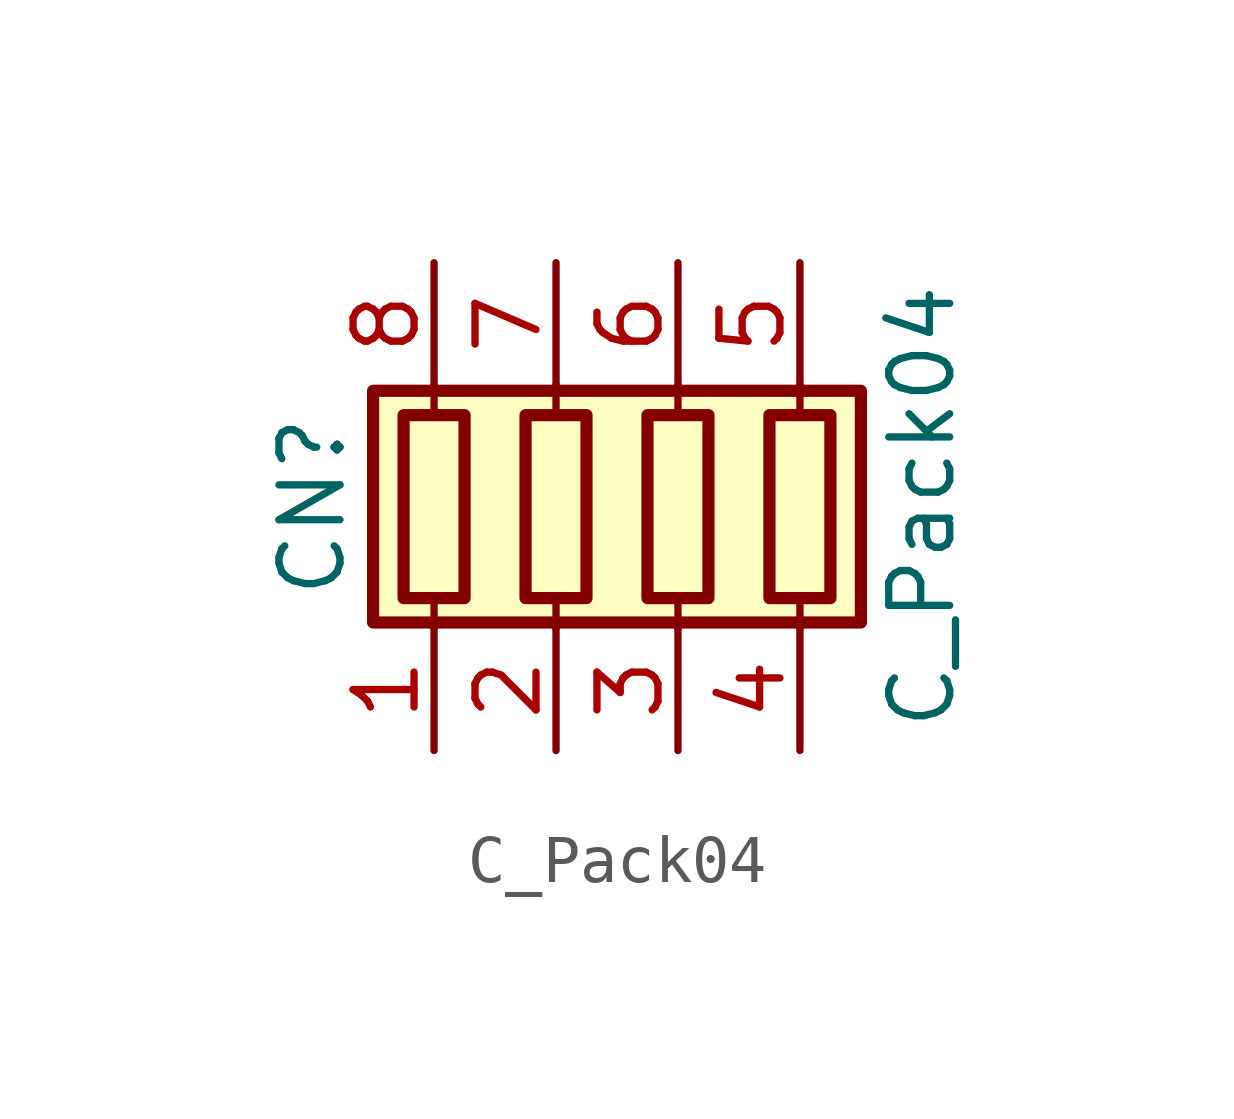
<source format=kicad_sym>
(kicad_symbol_lib
  (version 20211014)
  (generator kicad_symbol_editor)
  (symbol "C_Pack04"
    (pin_names
      (offset 0) hide)
    (property "Reference" "CN"
      (at -7.62 0 90)
      (effects (font (size 1.27 1.27))))
    (property "Value" "C_Pack04"
      (at 5.08 0 90)
      (effects (font (size 1.27 1.27))))
    (symbol "C_Pack04_0_1"
      (rectangle (start -6.35 -2.413) (end 3.81 2.413) (stroke (width 0.254) (type default) (color 0 0 0 0)) (fill (type background)))
      (rectangle (start -5.715 1.905) (end -4.445 -1.905) (stroke (width 0.254) (type default) (color 0 0 0 0)) (fill (type none)))
      (rectangle (start -3.175 1.905) (end -1.905 -1.905) (stroke (width 0.254) (type default) (color 0 0 0 0)) (fill (type none)))
      (rectangle (start -0.635 1.905) (end 0.635 -1.905) (stroke (width 0.254) (type default) (color 0 0 0 0)) (fill (type none)))
      (polyline (pts (xy -5.08 -2.54) (xy -5.08 -1.905)) (stroke (width 0) (type default) (color 0 0 0 0)) (fill (type none)))
      (polyline (pts (xy -5.08 1.905) (xy -5.08 2.54)) (stroke (width 0) (type default) (color 0 0 0 0)) (fill (type none)))
      (polyline (pts (xy -2.54 -2.54) (xy -2.54 -1.905)) (stroke (width 0) (type default) (color 0 0 0 0)) (fill (type none)))
      (polyline (pts (xy -2.54 1.905) (xy -2.54 2.54)) (stroke (width 0) (type default) (color 0 0 0 0)) (fill (type none)))
      (polyline (pts (xy 0 -2.54) (xy 0 -1.905)) (stroke (width 0) (type default) (color 0 0 0 0)) (fill (type none)))
      (polyline (pts (xy 0 1.905) (xy 0 2.54)) (stroke (width 0) (type default) (color 0 0 0 0)) (fill (type none)))
      (polyline (pts (xy 2.54 -2.54) (xy 2.54 -1.905)) (stroke (width 0) (type default) (color 0 0 0 0)) (fill (type none)))
      (polyline (pts (xy 2.54 1.905) (xy 2.54 2.54)) (stroke (width 0) (type default) (color 0 0 0 0)) (fill (type none)))
      (rectangle (start 1.905 1.905) (end 3.175 -1.905) (stroke (width 0.254) (type default) (color 0 0 0 0)) (fill (type none))))
    (symbol "C_Pack04_1_1"
      (pin passive line (at -5.08 -5.08 90) (length 2.54) (name "R1.1" (effects (font (size 1.27 1.27)))) (number "1" (effects (font (size 1.27 1.27)))))
      (pin passive line (at -2.54 -5.08 90) (length 2.54) (name "R2.1" (effects (font (size 1.27 1.27)))) (number "2" (effects (font (size 1.27 1.27)))))
      (pin passive line (at 0 -5.08 90) (length 2.54) (name "R3.1" (effects (font (size 1.27 1.27)))) (number "3" (effects (font (size 1.27 1.27)))))
      (pin passive line (at 2.54 -5.08 90) (length 2.54) (name "R4.1" (effects (font (size 1.27 1.27)))) (number "4" (effects (font (size 1.27 1.27)))))
      (pin passive line (at 2.54 5.08 270) (length 2.54) (name "R4.2" (effects (font (size 1.27 1.27)))) (number "5" (effects (font (size 1.27 1.27)))))
      (pin passive line (at 0 5.08 270) (length 2.54) (name "R3.2" (effects (font (size 1.27 1.27)))) (number "6" (effects (font (size 1.27 1.27)))))
      (pin passive line (at -2.54 5.08 270) (length 2.54) (name "R2.2" (effects (font (size 1.27 1.27)))) (number "7" (effects (font (size 1.27 1.27)))))
      (pin passive line (at -5.08 5.08 270) (length 2.54) (name "R1.2" (effects (font (size 1.27 1.27)))) (number "8" (effects (font (size 1.27 1.27))))))))
</source>
